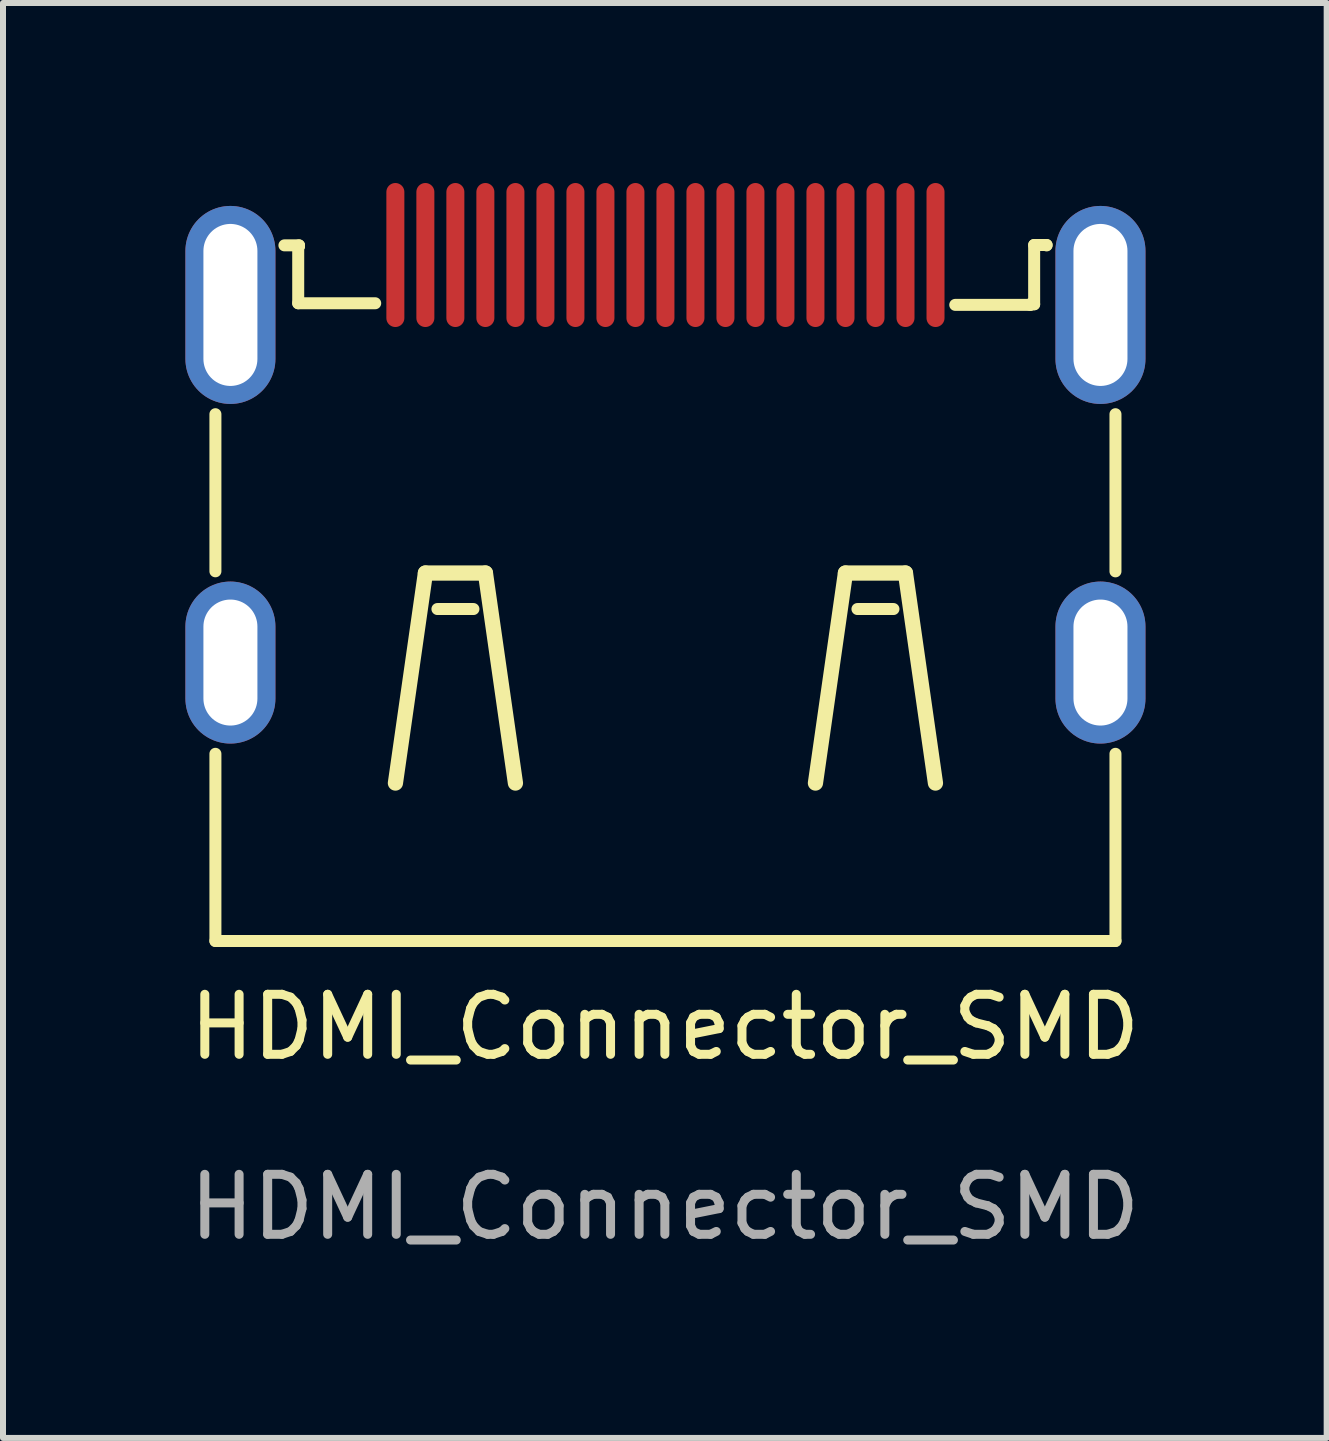
<source format=kicad_pcb>
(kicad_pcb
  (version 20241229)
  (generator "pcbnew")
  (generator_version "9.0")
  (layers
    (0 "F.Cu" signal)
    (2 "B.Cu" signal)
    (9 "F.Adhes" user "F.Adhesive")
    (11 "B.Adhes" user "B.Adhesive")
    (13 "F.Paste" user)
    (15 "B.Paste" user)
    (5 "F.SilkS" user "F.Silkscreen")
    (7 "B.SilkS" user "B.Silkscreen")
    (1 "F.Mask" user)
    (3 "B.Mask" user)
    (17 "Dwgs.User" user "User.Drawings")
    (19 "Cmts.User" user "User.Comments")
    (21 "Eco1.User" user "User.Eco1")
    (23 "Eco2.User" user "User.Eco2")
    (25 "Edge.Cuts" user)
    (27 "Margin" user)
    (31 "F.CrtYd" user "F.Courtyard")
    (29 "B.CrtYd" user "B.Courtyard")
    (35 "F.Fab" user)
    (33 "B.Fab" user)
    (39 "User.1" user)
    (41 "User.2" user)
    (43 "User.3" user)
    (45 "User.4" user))
  (footprint "HDMI_Connector_SMD"
    (layer "F.Cu")
    (at 8.02 8.33)
    (property "Reference" "HDMI_Connector_SMD" (at 0.01 5.736 0) (unlocked yes) (layer "F.SilkS") (effects (font (size 1 1) (thickness 0.15))))
    (attr smd)
    (fp_line (start -7.48 -1.859) (end -7.48 -4.477) (stroke (width 0.2) (type solid)) (layer "F.SilkS"))
    (fp_line (start -7.48 4.302) (end -7.48 1.183) (stroke (width 0.2) (type solid)) (layer "F.SilkS"))
    (fp_line (start -7.48 4.302) (end 7.52 4.302) (stroke (width 0.2) (type solid)) (layer "F.SilkS"))
    (fp_line (start -6.33 -7.291) (end -6.087 -7.291) (stroke (width 0.2) (type solid)) (layer "F.SilkS"))
    (fp_line (start -6.1 -7.279) (end -6.1 -6.326) (stroke (width 0.2) (type solid)) (layer "F.SilkS"))
    (fp_line (start -6.1 -6.326) (end -4.817 -6.326) (stroke (width 0.2) (type solid)) (layer "F.SilkS"))
    (fp_line (start -6.087 -7.291) (end -6.087 -7.279) (stroke (width 0.2) (type solid)) (layer "F.SilkS"))
    (fp_line (start -6.087 -7.279) (end -6.1 -7.279) (stroke (width 0.2) (type solid)) (layer "F.SilkS"))
    (fp_line (start -3.98 -1.83) (end -4.48 1.67) (stroke (width 0.254) (type solid)) (layer "F.SilkS"))
    (fp_line (start -3.18 -1.23) (end -3.78 -1.23) (stroke (width 0.2) (type solid)) (layer "F.SilkS"))
    (fp_line (start -2.98 -1.83) (end -3.98 -1.83) (stroke (width 0.254) (type solid)) (layer "F.SilkS"))
    (fp_line (start -2.48 1.67) (end -2.98 -1.83) (stroke (width 0.254) (type solid)) (layer "F.SilkS"))
    (fp_line (start 2.52 1.67) (end 3.02 -1.83) (stroke (width 0.254) (type solid)) (layer "F.SilkS"))
    (fp_line (start 3.02 -1.83) (end 4.02 -1.83) (stroke (width 0.254) (type solid)) (layer "F.SilkS"))
    (fp_line (start 3.22 -1.23) (end 3.82 -1.23) (stroke (width 0.2) (type solid)) (layer "F.SilkS"))
    (fp_line (start 4.02 -1.83) (end 4.52 1.67) (stroke (width 0.254) (type solid)) (layer "F.SilkS"))
    (fp_line (start 4.85 -6.299) (end 6.1 -6.299) (stroke (width 0.2) (type solid)) (layer "F.SilkS"))
    (fp_line (start 6.1 -6.309) (end 6.165 -6.309) (stroke (width 0.2) (type solid)) (layer "F.SilkS"))
    (fp_line (start 6.1 -6.299) (end 6.1 -6.309) (stroke (width 0.2) (type solid)) (layer "F.SilkS"))
    (fp_line (start 6.165 -7.297) (end 6.372 -7.297) (stroke (width 0.2) (type solid)) (layer "F.SilkS"))
    (fp_line (start 6.165 -6.309) (end 6.165 -7.297) (stroke (width 0.2) (type solid)) (layer "F.SilkS"))
    (fp_line (start 6.372 -7.297) (end 6.372 -7.29) (stroke (width 0.2) (type solid)) (layer "F.SilkS"))
    (fp_line (start 7.52 -1.858) (end 7.52 -4.477) (stroke (width 0.2) (type solid)) (layer "F.SilkS"))
    (fp_line (start 7.52 4.302) (end 7.52 1.183) (stroke (width 0.2) (type solid)) (layer "F.SilkS"))
    (fp_text user "${REFERENCE}" (at 0.01 8.736 0) (unlocked yes) (layer "F.Fab") (effects (font (size 1 1) (thickness 0.15))))
    (pad "1" smd oval (at 4.521 -7.13) (size 0.3 2.4) (layers "F.Cu" "F.Mask" "F.Paste"))
    (pad "2" smd oval (at 4.021 -7.13) (size 0.3 2.4) (layers "F.Cu" "F.Mask" "F.Paste"))
    (pad "3" smd oval (at 3.521 -7.13) (size 0.3 2.4) (layers "F.Cu" "F.Mask" "F.Paste"))
    (pad "4" smd oval (at 3.021 -7.13) (size 0.3 2.4) (layers "F.Cu" "F.Mask" "F.Paste"))
    (pad "5" smd oval (at 2.52 -7.13) (size 0.3 2.4) (layers "F.Cu" "F.Mask" "F.Paste"))
    (pad "6" smd oval (at 2.02 -7.13) (size 0.3 2.4) (layers "F.Cu" "F.Mask" "F.Paste"))
    (pad "7" smd oval (at 1.52 -7.13) (size 0.3 2.4) (layers "F.Cu" "F.Mask" "F.Paste"))
    (pad "8" smd oval (at 1.02 -7.13) (size 0.3 2.4) (layers "F.Cu" "F.Mask" "F.Paste"))
    (pad "9" smd oval (at 0.52 -7.13) (size 0.3 2.4) (layers "F.Cu" "F.Mask" "F.Paste"))
    (pad "10" smd oval (at 0.02 -7.13) (size 0.3 2.4) (layers "F.Cu" "F.Mask" "F.Paste"))
    (pad "11" smd oval (at -0.48 -7.13) (size 0.3 2.4) (layers "F.Cu" "F.Mask" "F.Paste"))
    (pad "12" smd oval (at -0.98 -7.13) (size 0.3 2.4) (layers "F.Cu" "F.Mask" "F.Paste"))
    (pad "13" smd oval (at -1.48 -7.13) (size 0.3 2.4) (layers "F.Cu" "F.Mask" "F.Paste"))
    (pad "14" smd oval (at -1.98 -7.13) (size 0.3 2.4) (layers "F.Cu" "F.Mask" "F.Paste"))
    (pad "15" smd oval (at -2.48 -7.13) (size 0.3 2.4) (layers "F.Cu" "F.Mask" "F.Paste"))
    (pad "16" smd oval (at -2.981 -7.13) (size 0.3 2.4) (layers "F.Cu" "F.Mask" "F.Paste"))
    (pad "17" smd oval (at -3.481 -7.13) (size 0.3 2.4) (layers "F.Cu" "F.Mask" "F.Paste"))
    (pad "18" smd oval (at -3.981 -7.13) (size 0.3 2.4) (layers "F.Cu" "F.Mask" "F.Paste"))
    (pad "19" smd oval (at -4.481 -7.13) (size 0.3 2.4) (layers "F.Cu" "F.Mask" "F.Paste"))
    (pad "SH" thru_hole oval (at -7.23 -6.298) (size 1.5 3.3) (drill oval 0.9 2.7) (layers "*.Cu" "*.Paste" "*.Mask"))
    (pad "SH" thru_hole oval (at -7.23 -0.338) (size 1.5 2.7) (drill oval 0.9 2.1) (layers "*.Cu" "*.Paste" "*.Mask"))
    (pad "SH" thru_hole oval (at 7.27 -6.298) (size 1.5 3.3) (drill oval 0.9 2.7) (layers "*.Cu" "*.Paste" "*.Mask"))
    (pad "SH" thru_hole oval (at 7.27 -0.338) (size 1.5 2.7) (drill oval 0.9 2.1) (layers "*.Cu" "*.Paste" "*.Mask")))
  (gr_rect
    (start -3 -3)
    (end 19.06 20.914)
    (stroke (width 0.1) (type default))
    (fill no)
    (layer "Edge.Cuts")))
</source>
